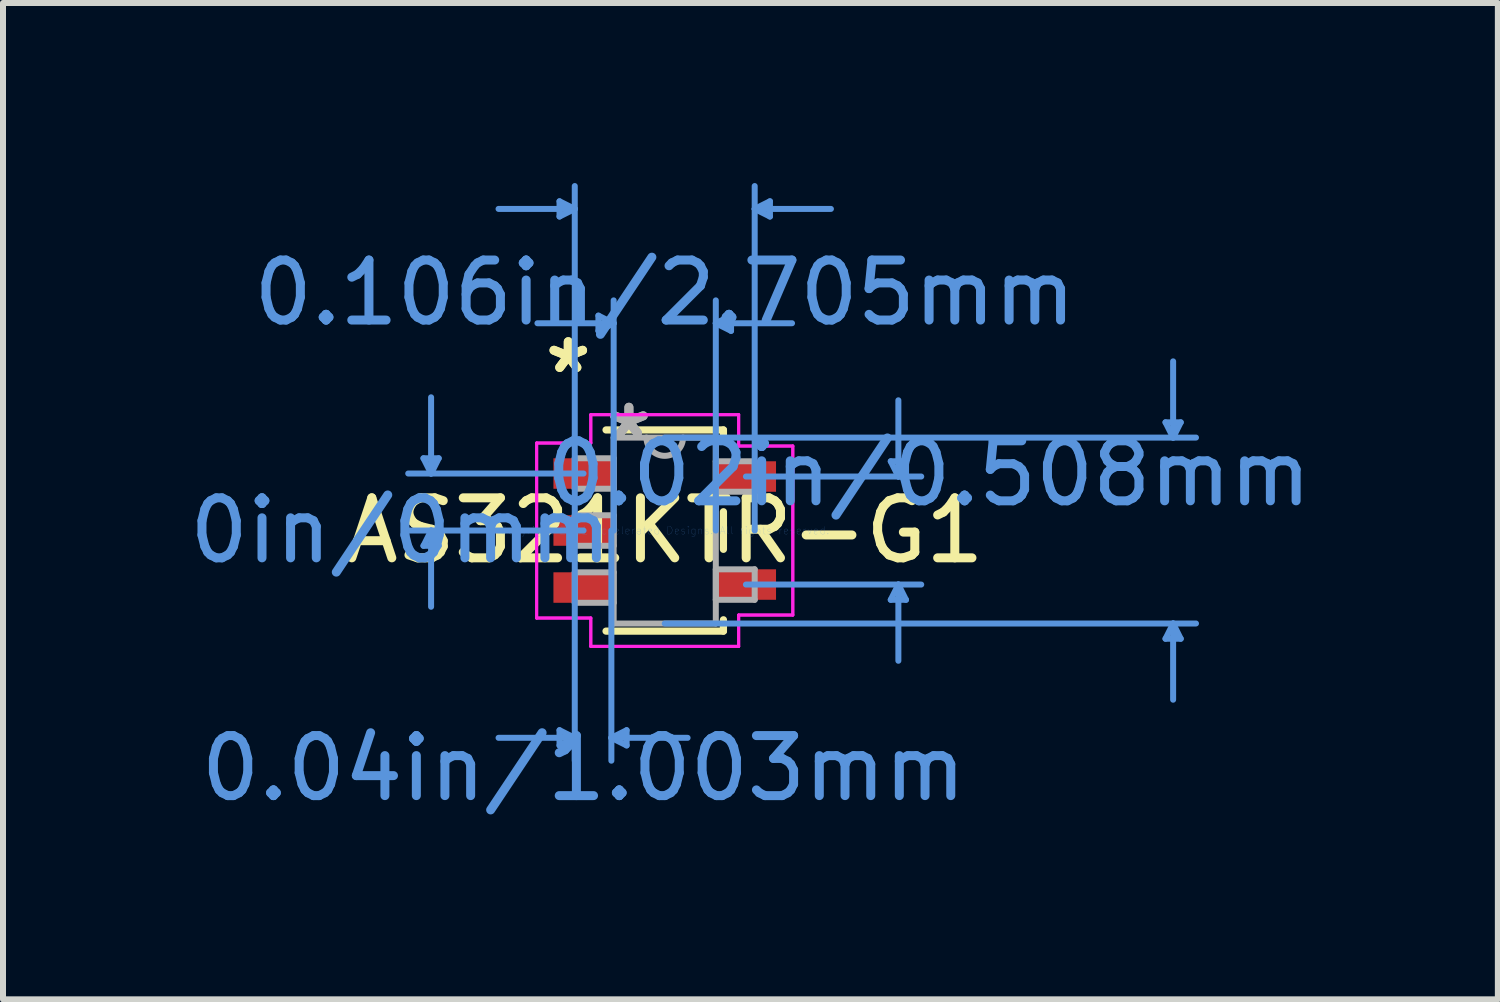
<source format=kicad_pcb>
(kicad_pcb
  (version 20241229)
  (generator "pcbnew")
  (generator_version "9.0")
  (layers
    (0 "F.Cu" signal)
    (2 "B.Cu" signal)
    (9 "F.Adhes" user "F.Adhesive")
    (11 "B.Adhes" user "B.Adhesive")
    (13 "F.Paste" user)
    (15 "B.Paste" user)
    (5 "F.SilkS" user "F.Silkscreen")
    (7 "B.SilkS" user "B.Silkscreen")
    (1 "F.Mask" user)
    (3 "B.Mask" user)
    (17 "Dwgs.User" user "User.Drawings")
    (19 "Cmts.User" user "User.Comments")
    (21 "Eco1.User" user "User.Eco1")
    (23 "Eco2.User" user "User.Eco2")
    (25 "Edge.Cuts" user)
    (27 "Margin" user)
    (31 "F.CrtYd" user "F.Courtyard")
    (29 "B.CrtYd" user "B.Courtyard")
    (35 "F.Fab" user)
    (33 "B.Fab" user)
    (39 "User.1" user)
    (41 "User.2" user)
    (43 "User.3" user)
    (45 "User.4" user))
  (footprint "AS321KTR-G1"
    (layer "F.Cu")
    (at 8.026 5.79)
    (property "Reference" "AS321KTR-G1" (at 0 0 0) (layer "F.SilkS") (effects (font (size 1 1) (thickness 0.15))))
    (attr through_hole)
    (fp_line (start -0.978 1.676) (end 0.978 1.676) (stroke (width 0.12) (type solid)) (layer "F.SilkS"))
    (fp_line (start 0.978 -1.676) (end -0.978 -1.676) (stroke (width 0.12) (type solid)) (layer "F.SilkS"))
    (fp_line (start 0.978 -1.487) (end 0.978 -1.676) (stroke (width 0.12) (type solid)) (layer "F.SilkS"))
    (fp_line (start 0.978 0.313) (end 0.978 -0.313) (stroke (width 0.12) (type solid)) (layer "F.SilkS"))
    (fp_line (start 0.978 1.676) (end 0.978 1.487) (stroke (width 0.12) (type solid)) (layer "F.SilkS"))
    (fp_line (start -4.02 -1.204) (end -3.766 -1.204) (stroke (width 0.1) (type solid)) (layer "Cmts.User"))
    (fp_line (start -4.02 0.254) (end -3.766 0.254) (stroke (width 0.1) (type solid)) (layer "Cmts.User"))
    (fp_line (start -3.893 -0.95) (end -4.02 -1.204) (stroke (width 0.1) (type solid)) (layer "Cmts.User"))
    (fp_line (start -3.893 -0.95) (end -3.893 -2.22) (stroke (width 0.1) (type solid)) (layer "Cmts.User"))
    (fp_line (start -3.893 -0.95) (end -3.766 -1.204) (stroke (width 0.1) (type solid)) (layer "Cmts.User"))
    (fp_line (start -3.893 0) (end -4.02 0.254) (stroke (width 0.1) (type solid)) (layer "Cmts.User"))
    (fp_line (start -3.893 0) (end -3.893 1.27) (stroke (width 0.1) (type solid)) (layer "Cmts.User"))
    (fp_line (start -3.893 0) (end -3.766 0.254) (stroke (width 0.1) (type solid)) (layer "Cmts.User"))
    (fp_line (start -1.753 -5.486) (end -1.753 -5.232) (stroke (width 0.1) (type solid)) (layer "Cmts.User"))
    (fp_line (start -1.753 3.327) (end -1.753 3.581) (stroke (width 0.1) (type solid)) (layer "Cmts.User"))
    (fp_line (start -1.499 -5.359) (end -2.769 -5.359) (stroke (width 0.1) (type solid)) (layer "Cmts.User"))
    (fp_line (start -1.499 -5.359) (end -1.753 -5.486) (stroke (width 0.1) (type solid)) (layer "Cmts.User"))
    (fp_line (start -1.499 -5.359) (end -1.753 -5.232) (stroke (width 0.1) (type solid)) (layer "Cmts.User"))
    (fp_line (start -1.499 0) (end -1.499 -5.74) (stroke (width 0.1) (type solid)) (layer "Cmts.User"))
    (fp_line (start -1.499 0) (end -1.499 3.835) (stroke (width 0.1) (type solid)) (layer "Cmts.User"))
    (fp_line (start -1.499 3.454) (end -2.769 3.454) (stroke (width 0.1) (type solid)) (layer "Cmts.User"))
    (fp_line (start -1.499 3.454) (end -1.753 3.327) (stroke (width 0.1) (type solid)) (layer "Cmts.User"))
    (fp_line (start -1.499 3.454) (end -1.753 3.581) (stroke (width 0.1) (type solid)) (layer "Cmts.User"))
    (fp_line (start -1.353 -0.95) (end -4.274 -0.95) (stroke (width 0.1) (type solid)) (layer "Cmts.User"))
    (fp_line (start -1.353 0) (end -4.274 0) (stroke (width 0.1) (type solid)) (layer "Cmts.User"))
    (fp_line (start -1.105 -3.581) (end -1.105 -3.327) (stroke (width 0.1) (type solid)) (layer "Cmts.User"))
    (fp_line (start -0.889 0) (end -0.889 3.835) (stroke (width 0.1) (type solid)) (layer "Cmts.User"))
    (fp_line (start -0.889 3.454) (end -0.635 3.327) (stroke (width 0.1) (type solid)) (layer "Cmts.User"))
    (fp_line (start -0.889 3.454) (end -0.635 3.581) (stroke (width 0.1) (type solid)) (layer "Cmts.User"))
    (fp_line (start -0.889 3.454) (end 0.381 3.454) (stroke (width 0.1) (type solid)) (layer "Cmts.User"))
    (fp_line (start -0.851 -3.454) (end -2.121 -3.454) (stroke (width 0.1) (type solid)) (layer "Cmts.User"))
    (fp_line (start -0.851 -3.454) (end -1.105 -3.581) (stroke (width 0.1) (type solid)) (layer "Cmts.User"))
    (fp_line (start -0.851 -3.454) (end -1.105 -3.327) (stroke (width 0.1) (type solid)) (layer "Cmts.User"))
    (fp_line (start -0.851 0) (end -0.851 -3.835) (stroke (width 0.1) (type solid)) (layer "Cmts.User"))
    (fp_line (start -0.635 3.327) (end -0.635 3.581) (stroke (width 0.1) (type solid)) (layer "Cmts.User"))
    (fp_line (start 0 -1.549) (end 8.852 -1.549) (stroke (width 0.1) (type solid)) (layer "Cmts.User"))
    (fp_line (start 0 1.549) (end 8.852 1.549) (stroke (width 0.1) (type solid)) (layer "Cmts.User"))
    (fp_line (start 0.851 -3.454) (end 1.105 -3.581) (stroke (width 0.1) (type solid)) (layer "Cmts.User"))
    (fp_line (start 0.851 -3.454) (end 1.105 -3.327) (stroke (width 0.1) (type solid)) (layer "Cmts.User"))
    (fp_line (start 0.851 -3.454) (end 2.121 -3.454) (stroke (width 0.1) (type solid)) (layer "Cmts.User"))
    (fp_line (start 0.851 0) (end 0.851 -3.835) (stroke (width 0.1) (type solid)) (layer "Cmts.User"))
    (fp_line (start 1.105 -3.581) (end 1.105 -3.327) (stroke (width 0.1) (type solid)) (layer "Cmts.User"))
    (fp_line (start 1.353 -0.9) (end 4.274 -0.9) (stroke (width 0.1) (type solid)) (layer "Cmts.User"))
    (fp_line (start 1.353 0.9) (end 4.274 0.9) (stroke (width 0.1) (type solid)) (layer "Cmts.User"))
    (fp_line (start 1.499 -5.359) (end 1.753 -5.486) (stroke (width 0.1) (type solid)) (layer "Cmts.User"))
    (fp_line (start 1.499 -5.359) (end 1.753 -5.232) (stroke (width 0.1) (type solid)) (layer "Cmts.User"))
    (fp_line (start 1.499 -5.359) (end 2.769 -5.359) (stroke (width 0.1) (type solid)) (layer "Cmts.User"))
    (fp_line (start 1.499 0) (end 1.499 -5.74) (stroke (width 0.1) (type solid)) (layer "Cmts.User"))
    (fp_line (start 1.753 -5.486) (end 1.753 -5.232) (stroke (width 0.1) (type solid)) (layer "Cmts.User"))
    (fp_line (start 3.766 -1.154) (end 4.02 -1.154) (stroke (width 0.1) (type solid)) (layer "Cmts.User"))
    (fp_line (start 3.766 1.154) (end 4.02 1.154) (stroke (width 0.1) (type solid)) (layer "Cmts.User"))
    (fp_line (start 3.893 -0.9) (end 3.766 -1.154) (stroke (width 0.1) (type solid)) (layer "Cmts.User"))
    (fp_line (start 3.893 -0.9) (end 3.893 -2.17) (stroke (width 0.1) (type solid)) (layer "Cmts.User"))
    (fp_line (start 3.893 -0.9) (end 4.02 -1.154) (stroke (width 0.1) (type solid)) (layer "Cmts.User"))
    (fp_line (start 3.893 0.9) (end 3.766 1.154) (stroke (width 0.1) (type solid)) (layer "Cmts.User"))
    (fp_line (start 3.893 0.9) (end 3.893 2.17) (stroke (width 0.1) (type solid)) (layer "Cmts.User"))
    (fp_line (start 3.893 0.9) (end 4.02 1.154) (stroke (width 0.1) (type solid)) (layer "Cmts.User"))
    (fp_line (start 8.344 -1.803) (end 8.598 -1.803) (stroke (width 0.1) (type solid)) (layer "Cmts.User"))
    (fp_line (start 8.344 1.803) (end 8.598 1.803) (stroke (width 0.1) (type solid)) (layer "Cmts.User"))
    (fp_line (start 8.471 -1.549) (end 8.344 -1.803) (stroke (width 0.1) (type solid)) (layer "Cmts.User"))
    (fp_line (start 8.471 -1.549) (end 8.471 -2.819) (stroke (width 0.1) (type solid)) (layer "Cmts.User"))
    (fp_line (start 8.471 -1.549) (end 8.598 -1.803) (stroke (width 0.1) (type solid)) (layer "Cmts.User"))
    (fp_line (start 8.471 1.549) (end 8.344 1.803) (stroke (width 0.1) (type solid)) (layer "Cmts.User"))
    (fp_line (start 8.471 1.549) (end 8.471 2.819) (stroke (width 0.1) (type solid)) (layer "Cmts.User"))
    (fp_line (start 8.471 1.549) (end 8.598 1.803) (stroke (width 0.1) (type solid)) (layer "Cmts.User"))
    (fp_line (start -2.134 -1.458) (end -1.232 -1.458) (stroke (width 0.05) (type solid)) (layer "F.CrtYd"))
    (fp_line (start -2.134 -1.458) (end -1.232 -1.458) (stroke (width 0.05) (type solid)) (layer "F.CrtYd"))
    (fp_line (start -2.134 1.458) (end -2.134 -1.458) (stroke (width 0.05) (type solid)) (layer "F.CrtYd"))
    (fp_line (start -2.134 1.458) (end -2.134 -1.458) (stroke (width 0.05) (type solid)) (layer "F.CrtYd"))
    (fp_line (start -1.232 -1.93) (end 1.232 -1.93) (stroke (width 0.05) (type solid)) (layer "F.CrtYd"))
    (fp_line (start -1.232 -1.93) (end 1.232 -1.93) (stroke (width 0.05) (type solid)) (layer "F.CrtYd"))
    (fp_line (start -1.232 -1.458) (end -1.232 -1.93) (stroke (width 0.05) (type solid)) (layer "F.CrtYd"))
    (fp_line (start -1.232 -1.458) (end -1.232 -1.93) (stroke (width 0.05) (type solid)) (layer "F.CrtYd"))
    (fp_line (start -1.232 1.458) (end -2.134 1.458) (stroke (width 0.05) (type solid)) (layer "F.CrtYd"))
    (fp_line (start -1.232 1.458) (end -2.134 1.458) (stroke (width 0.05) (type solid)) (layer "F.CrtYd"))
    (fp_line (start -1.232 1.93) (end -1.232 1.458) (stroke (width 0.05) (type solid)) (layer "F.CrtYd"))
    (fp_line (start -1.232 1.93) (end -1.232 1.458) (stroke (width 0.05) (type solid)) (layer "F.CrtYd"))
    (fp_line (start 1.232 -1.93) (end 1.232 -1.408) (stroke (width 0.05) (type solid)) (layer "F.CrtYd"))
    (fp_line (start 1.232 -1.93) (end 1.232 -1.408) (stroke (width 0.05) (type solid)) (layer "F.CrtYd"))
    (fp_line (start 1.232 -1.408) (end 2.134 -1.408) (stroke (width 0.05) (type solid)) (layer "F.CrtYd"))
    (fp_line (start 1.232 -1.408) (end 2.134 -1.408) (stroke (width 0.05) (type solid)) (layer "F.CrtYd"))
    (fp_line (start 1.232 1.408) (end 1.232 1.93) (stroke (width 0.05) (type solid)) (layer "F.CrtYd"))
    (fp_line (start 1.232 1.408) (end 1.232 1.93) (stroke (width 0.05) (type solid)) (layer "F.CrtYd"))
    (fp_line (start 1.232 1.93) (end -1.232 1.93) (stroke (width 0.05) (type solid)) (layer "F.CrtYd"))
    (fp_line (start 1.232 1.93) (end -1.232 1.93) (stroke (width 0.05) (type solid)) (layer "F.CrtYd"))
    (fp_line (start 2.134 -1.408) (end 2.134 1.408) (stroke (width 0.05) (type solid)) (layer "F.CrtYd"))
    (fp_line (start 2.134 -1.408) (end 2.134 1.408) (stroke (width 0.05) (type solid)) (layer "F.CrtYd"))
    (fp_line (start 2.134 1.408) (end 1.232 1.408) (stroke (width 0.05) (type solid)) (layer "F.CrtYd"))
    (fp_line (start 2.134 1.408) (end 1.232 1.408) (stroke (width 0.05) (type solid)) (layer "F.CrtYd"))
    (fp_line (start -1.499 -1.204) (end -1.499 -0.696) (stroke (width 0.1) (type solid)) (layer "F.Fab"))
    (fp_line (start -1.499 -0.696) (end -0.851 -0.696) (stroke (width 0.1) (type solid)) (layer "F.Fab"))
    (fp_line (start -1.499 -0.254) (end -1.499 0.254) (stroke (width 0.1) (type solid)) (layer "F.Fab"))
    (fp_line (start -1.499 0.254) (end -0.851 0.254) (stroke (width 0.1) (type solid)) (layer "F.Fab"))
    (fp_line (start -1.499 0.696) (end -1.499 1.204) (stroke (width 0.1) (type solid)) (layer "F.Fab"))
    (fp_line (start -1.499 1.204) (end -0.851 1.204) (stroke (width 0.1) (type solid)) (layer "F.Fab"))
    (fp_line (start -0.851 -1.549) (end -0.851 1.549) (stroke (width 0.1) (type solid)) (layer "F.Fab"))
    (fp_line (start -0.851 -1.204) (end -1.499 -1.204) (stroke (width 0.1) (type solid)) (layer "F.Fab"))
    (fp_line (start -0.851 -0.696) (end -0.851 -1.204) (stroke (width 0.1) (type solid)) (layer "F.Fab"))
    (fp_line (start -0.851 -0.254) (end -1.499 -0.254) (stroke (width 0.1) (type solid)) (layer "F.Fab"))
    (fp_line (start -0.851 0.254) (end -0.851 -0.254) (stroke (width 0.1) (type solid)) (layer "F.Fab"))
    (fp_line (start -0.851 0.696) (end -1.499 0.696) (stroke (width 0.1) (type solid)) (layer "F.Fab"))
    (fp_line (start -0.851 1.204) (end -0.851 0.696) (stroke (width 0.1) (type solid)) (layer "F.Fab"))
    (fp_line (start -0.851 1.549) (end 0.851 1.549) (stroke (width 0.1) (type solid)) (layer "F.Fab"))
    (fp_line (start 0.851 -1.549) (end -0.851 -1.549) (stroke (width 0.1) (type solid)) (layer "F.Fab"))
    (fp_line (start 0.851 -1.154) (end 0.851 -0.646) (stroke (width 0.1) (type solid)) (layer "F.Fab"))
    (fp_line (start 0.851 -0.646) (end 1.499 -0.646) (stroke (width 0.1) (type solid)) (layer "F.Fab"))
    (fp_line (start 0.851 0.646) (end 0.851 1.154) (stroke (width 0.1) (type solid)) (layer "F.Fab"))
    (fp_line (start 0.851 1.154) (end 1.499 1.154) (stroke (width 0.1) (type solid)) (layer "F.Fab"))
    (fp_line (start 0.851 1.549) (end 0.851 -1.549) (stroke (width 0.1) (type solid)) (layer "F.Fab"))
    (fp_line (start 1.499 -1.154) (end 0.851 -1.154) (stroke (width 0.1) (type solid)) (layer "F.Fab"))
    (fp_line (start 1.499 -0.646) (end 1.499 -1.154) (stroke (width 0.1) (type solid)) (layer "F.Fab"))
    (fp_line (start 1.499 0.646) (end 0.851 0.646) (stroke (width 0.1) (type solid)) (layer "F.Fab"))
    (fp_line (start 1.499 1.154) (end 1.499 0.646) (stroke (width 0.1) (type solid)) (layer "F.Fab"))
    (fp_arc (start 0.3048 -1.5494) (mid 0 -1.2446) (end -0.3048 -1.5494) (stroke (width 0.1) (type solid)) (layer "F.Fab"))
    (fp_text user "*" (at -1.607 -2.601 0) (layer "F.SilkS") (effects (font (size 1 1) (thickness 0.15))))
    (fp_text user "*" (at -1.607 -2.601 0) (layer "F.SilkS") (effects (font (size 1 1) (thickness 0.15))))
    (fp_text user "0.04in/1.003mm" (at -1.353 3.962 0) (layer "Cmts.User") (effects (font (size 1 1) (thickness 0.15))))
    (fp_text user "Copyright 2021 Accelerated Designs. All rights reserved." (at 0 0 0) (layer "Cmts.User") (effects (font (size 0.127 0.127) (thickness 0.002))))
    (fp_text user "0in/0mm" (at -4.401 0 0) (layer "Cmts.User") (effects (font (size 1 1) (thickness 0.15))))
    (fp_text user "0.106in/2.705mm" (at 0 -3.962 0) (layer "Cmts.User") (effects (font (size 1 1) (thickness 0.15))))
    (fp_text user "0.02in/0.508mm" (at 4.401 -0.95 0) (layer "Cmts.User") (effects (font (size 1 1) (thickness 0.15))))
    (fp_text user "*" (at -0.597 -1.509 0) (layer "F.Fab") (effects (font (size 1 1) (thickness 0.15))))
    (fp_text user "*" (at -0.597 -1.509 0) (layer "F.Fab") (effects (font (size 1 1) (thickness 0.15))))
    (pad "1" smd rect (at -1.353 -0.95) (size 1.003 0.508) (layers "F.Cu" "F.Mask" "F.Paste"))
    (pad "2" smd rect (at -1.353 0) (size 1.003 0.508) (layers "F.Cu" "F.Mask" "F.Paste"))
    (pad "3" smd rect (at -1.353 0.95) (size 1.003 0.508) (layers "F.Cu" "F.Mask" "F.Paste"))
    (pad "4" smd rect (at 1.353 0.9) (size 1.003 0.508) (layers "F.Cu" "F.Mask" "F.Paste"))
    (pad "5" smd rect (at 1.353 -0.9) (size 1.003 0.508) (layers "F.Cu" "F.Mask" "F.Paste")))
  (gr_rect
    (start -3 -3)
    (end 21.908 13.601)
    (stroke (width 0.1) (type default))
    (fill no)
    (layer "Edge.Cuts")))
</source>
